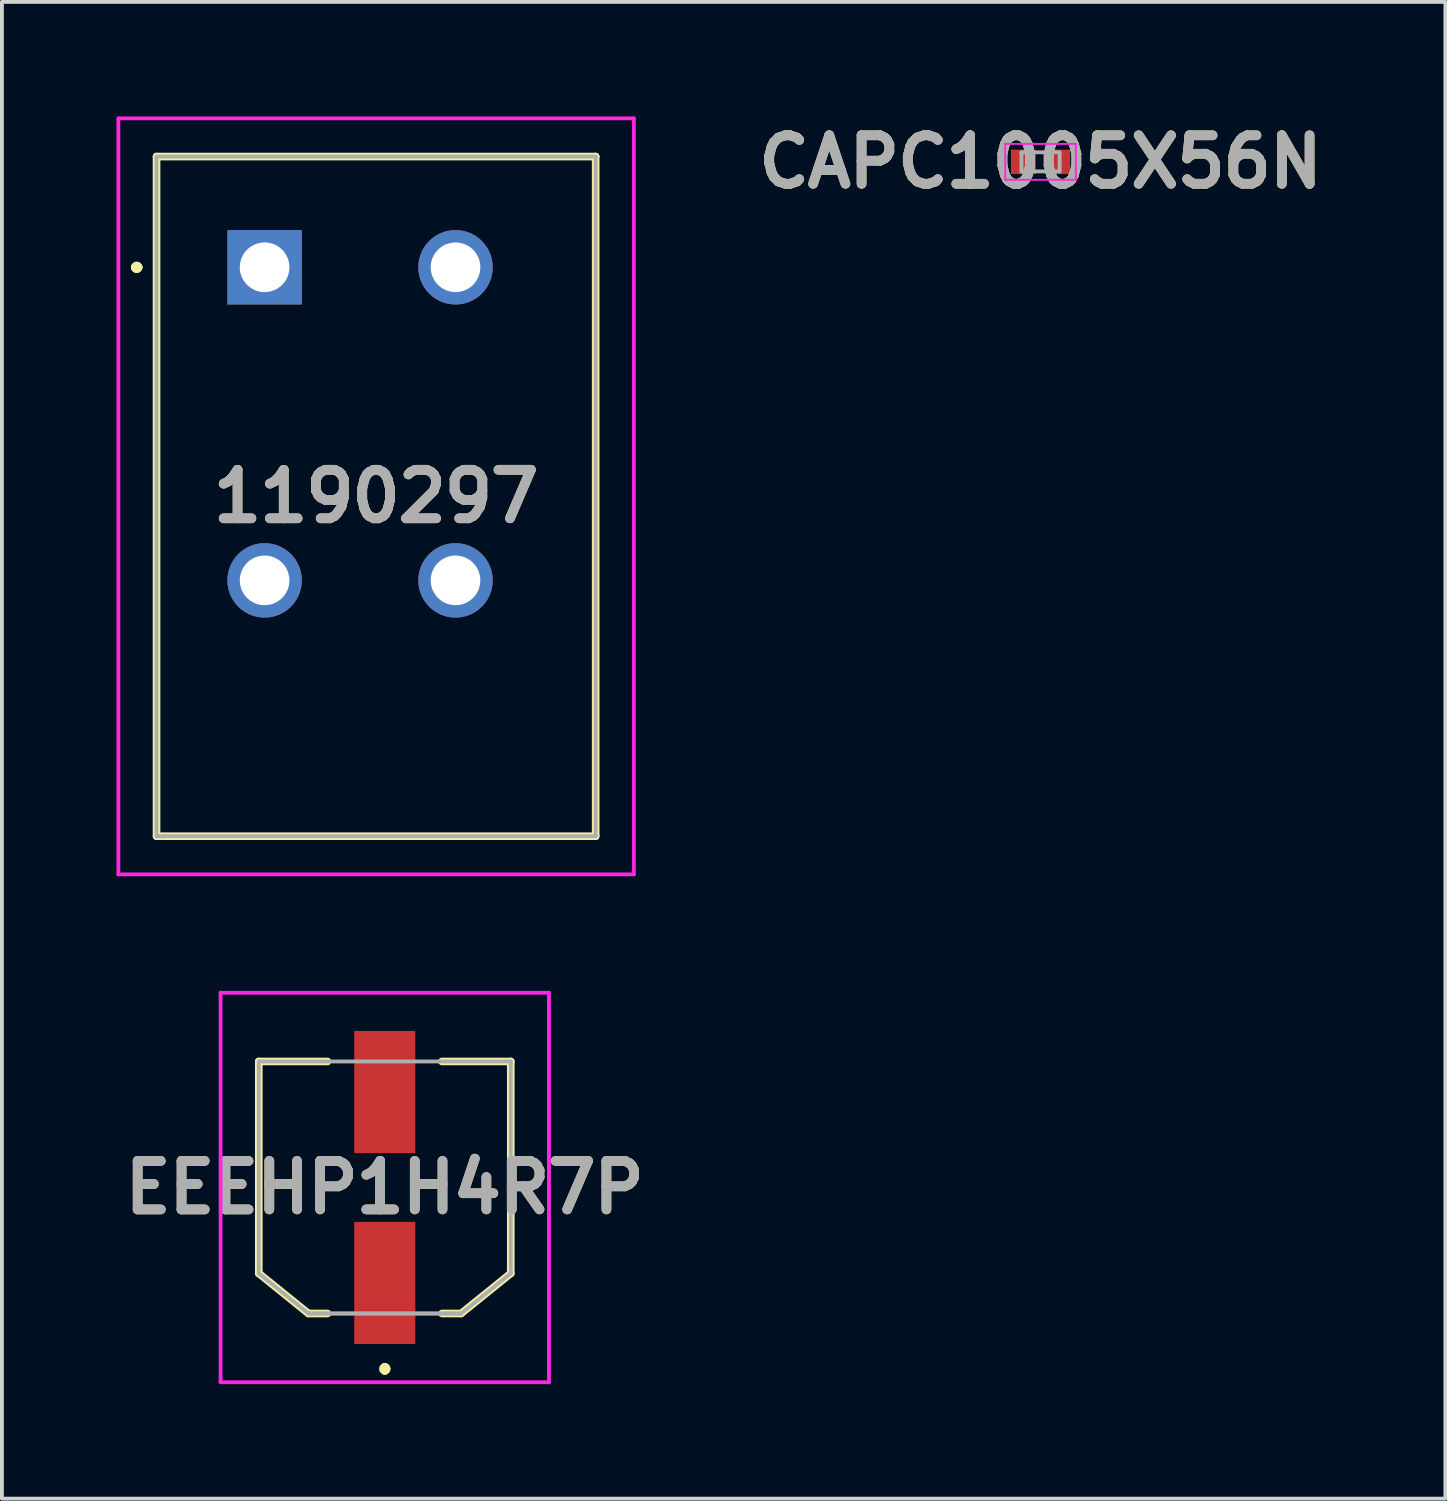
<source format=kicad_pcb>
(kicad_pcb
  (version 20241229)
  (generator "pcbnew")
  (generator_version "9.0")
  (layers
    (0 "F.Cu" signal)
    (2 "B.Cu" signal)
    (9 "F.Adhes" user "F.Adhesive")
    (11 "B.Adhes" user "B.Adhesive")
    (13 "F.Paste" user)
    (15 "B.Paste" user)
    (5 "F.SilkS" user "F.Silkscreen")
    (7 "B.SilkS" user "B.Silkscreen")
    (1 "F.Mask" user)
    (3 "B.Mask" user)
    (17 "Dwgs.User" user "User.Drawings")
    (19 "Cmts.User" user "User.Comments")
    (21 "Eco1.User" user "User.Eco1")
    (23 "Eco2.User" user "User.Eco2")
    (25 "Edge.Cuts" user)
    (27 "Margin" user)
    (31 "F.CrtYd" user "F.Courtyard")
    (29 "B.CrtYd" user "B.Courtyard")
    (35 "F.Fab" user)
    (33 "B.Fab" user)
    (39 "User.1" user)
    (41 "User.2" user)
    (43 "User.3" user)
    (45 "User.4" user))
  (footprint "CAPC1005X56N"
    (layer "F.Cu")
    (at 24.202 1.189)
    (property "Reference" "CAPC1005X56N" (at 0 0 0) (layer "F.SilkS") (effects (font (size 1.27 1.27) (thickness 0.254))))
    (attr smd)
    (fp_line (start -0.925 -0.47) (end 0.925 -0.47) (stroke (width 0.05) (type solid)) (layer "F.CrtYd"))
    (fp_line (start -0.925 0.47) (end -0.925 -0.47) (stroke (width 0.05) (type solid)) (layer "F.CrtYd"))
    (fp_line (start 0.925 -0.47) (end 0.925 0.47) (stroke (width 0.05) (type solid)) (layer "F.CrtYd"))
    (fp_line (start 0.925 0.47) (end -0.925 0.47) (stroke (width 0.05) (type solid)) (layer "F.CrtYd"))
    (fp_line (start -0.5 -0.25) (end 0.5 -0.25) (stroke (width 0.1) (type solid)) (layer "F.Fab"))
    (fp_line (start -0.5 0.25) (end -0.5 -0.25) (stroke (width 0.1) (type solid)) (layer "F.Fab"))
    (fp_line (start 0.5 -0.25) (end 0.5 0.25) (stroke (width 0.1) (type solid)) (layer "F.Fab"))
    (fp_line (start 0.5 0.25) (end -0.5 0.25) (stroke (width 0.1) (type solid)) (layer "F.Fab"))
    (fp_text user "${REFERENCE}" (at 0 0 0) (layer "F.Fab") (effects (font (size 1.27 1.27) (thickness 0.254))))
    (pad "1" smd rect (at -0.45 0 90) (size 0.64 0.65) (layers "F.Cu" "F.Mask" "F.Paste"))
    (pad "2" smd rect (at 0.45 0 90) (size 0.64 0.65) (layers "F.Cu" "F.Mask" "F.Paste")))
  (footprint "EEEHP1H4R7P"
    (layer "F.Cu")
    (at 7.027 28.05)
    (property "Reference" "EEEHP1H4R7P" (at 0 0 0) (layer "F.SilkS") (effects (font (size 1.27 1.27) (thickness 0.254))))
    (attr smd)
    (fp_line (start -3.3 -3.3) (end -1.5 -3.3) (stroke (width 0.2) (type solid)) (layer "F.SilkS"))
    (fp_line (start -3.3 2.25) (end -3.3 -3.3) (stroke (width 0.2) (type solid)) (layer "F.SilkS"))
    (fp_line (start -2 3.3) (end -3.3 2.25) (stroke (width 0.2) (type solid)) (layer "F.SilkS"))
    (fp_line (start -1.5 3.3) (end -2 3.3) (stroke (width 0.2) (type solid)) (layer "F.SilkS"))
    (fp_line (start 0 4.7) (end 0 4.7) (stroke (width 0.2) (type solid)) (layer "F.SilkS"))
    (fp_line (start 0 4.8) (end 0 4.8) (stroke (width 0.2) (type solid)) (layer "F.SilkS"))
    (fp_line (start 0 4.8) (end 0 4.8) (stroke (width 0.2) (type solid)) (layer "F.SilkS"))
    (fp_line (start 1.5 -3.3) (end 3.3 -3.3) (stroke (width 0.2) (type solid)) (layer "F.SilkS"))
    (fp_line (start 2 3.3) (end 1.5 3.3) (stroke (width 0.2) (type solid)) (layer "F.SilkS"))
    (fp_line (start 3.3 -3.3) (end 3.3 2.25) (stroke (width 0.2) (type solid)) (layer "F.SilkS"))
    (fp_line (start 3.3 2.25) (end 2 3.3) (stroke (width 0.2) (type solid)) (layer "F.SilkS"))
    (fp_arc (start 0 4.7) (mid 0.05 4.75) (end 0 4.8) (stroke (width 0.2) (type solid)) (layer "F.SilkS"))
    (fp_arc (start 0 4.7) (mid 0.05 4.75) (end 0 4.8) (stroke (width 0.2) (type solid)) (layer "F.SilkS"))
    (fp_arc (start 0 4.8) (mid -0.05 4.75) (end 0 4.7) (stroke (width 0.2) (type solid)) (layer "F.SilkS"))
    (fp_line (start -4.3 -5.1) (end 4.3 -5.1) (stroke (width 0.1) (type solid)) (layer "F.CrtYd"))
    (fp_line (start -4.3 5.1) (end -4.3 -5.1) (stroke (width 0.1) (type solid)) (layer "F.CrtYd"))
    (fp_line (start 4.3 -5.1) (end 4.3 5.1) (stroke (width 0.1) (type solid)) (layer "F.CrtYd"))
    (fp_line (start 4.3 5.1) (end -4.3 5.1) (stroke (width 0.1) (type solid)) (layer "F.CrtYd"))
    (fp_line (start -3.3 -3.3) (end -3.3 2.25) (stroke (width 0.1) (type solid)) (layer "F.Fab"))
    (fp_line (start -3.3 2.25) (end -2 3.3) (stroke (width 0.1) (type solid)) (layer "F.Fab"))
    (fp_line (start -2 3.3) (end -2 3.3) (stroke (width 0.1) (type solid)) (layer "F.Fab"))
    (fp_line (start -2 3.3) (end 2 3.3) (stroke (width 0.1) (type solid)) (layer "F.Fab"))
    (fp_line (start 2 3.3) (end -2 3.3) (stroke (width 0.1) (type solid)) (layer "F.Fab"))
    (fp_line (start 2 3.3) (end 2 3.3) (stroke (width 0.1) (type solid)) (layer "F.Fab"))
    (fp_line (start 2 3.3) (end 3.3 2.25) (stroke (width 0.1) (type solid)) (layer "F.Fab"))
    (fp_line (start 3.3 -3.3) (end -3.3 -3.3) (stroke (width 0.1) (type solid)) (layer "F.Fab"))
    (fp_line (start 3.3 2.25) (end 3.3 -3.3) (stroke (width 0.1) (type solid)) (layer "F.Fab"))
    (fp_text user "${REFERENCE}" (at 0 0 0) (layer "F.Fab") (effects (font (size 1.27 1.27) (thickness 0.254))))
    (pad "1" smd rect (at 0 2.5) (size 1.6 3.2) (layers "F.Cu" "F.Mask" "F.Paste"))
    (pad "2" smd rect (at 0 -2.5) (size 1.6 3.2) (layers "F.Cu" "F.Mask" "F.Paste")))
  (footprint "1190297"
    (layer "F.Cu")
    (at 3.88 3.95)
    (property "Reference" "1190297" (at 2.92 6 0) (layer "F.SilkS") (effects (font (size 1.27 1.27) (thickness 0.254))))
    (attr through_hole)
    (fp_line (start -3.4 0) (end -3.4 0) (stroke (width 0.2) (type solid)) (layer "F.SilkS"))
    (fp_line (start -3.4 0) (end -3.4 0) (stroke (width 0.2) (type solid)) (layer "F.SilkS"))
    (fp_line (start -3.3 0) (end -3.3 0) (stroke (width 0.2) (type solid)) (layer "F.SilkS"))
    (fp_line (start -2.83 -2.9) (end 8.67 -2.9) (stroke (width 0.2) (type solid)) (layer "F.SilkS"))
    (fp_line (start -2.83 14.9) (end -2.83 -2.9) (stroke (width 0.2) (type solid)) (layer "F.SilkS"))
    (fp_line (start 8.67 -2.9) (end 8.67 14.9) (stroke (width 0.2) (type solid)) (layer "F.SilkS"))
    (fp_line (start 8.67 14.9) (end -2.83 14.9) (stroke (width 0.2) (type solid)) (layer "F.SilkS"))
    (fp_arc (start -3.4 0) (mid -3.35 -0.05) (end -3.3 0) (stroke (width 0.2) (type solid)) (layer "F.SilkS"))
    (fp_arc (start -3.3 0) (mid -3.35 0.05) (end -3.4 0) (stroke (width 0.2) (type solid)) (layer "F.SilkS"))
    (fp_arc (start -3.3 0) (mid -3.35 0.05) (end -3.4 0) (stroke (width 0.2) (type solid)) (layer "F.SilkS"))
    (fp_line (start -3.83 -3.9) (end 9.67 -3.9) (stroke (width 0.1) (type solid)) (layer "F.CrtYd"))
    (fp_line (start -3.83 15.9) (end -3.83 -3.9) (stroke (width 0.1) (type solid)) (layer "F.CrtYd"))
    (fp_line (start 9.67 -3.9) (end 9.67 15.9) (stroke (width 0.1) (type solid)) (layer "F.CrtYd"))
    (fp_line (start 9.67 15.9) (end -3.83 15.9) (stroke (width 0.1) (type solid)) (layer "F.CrtYd"))
    (fp_line (start -2.83 -2.9) (end 8.67 -2.9) (stroke (width 0.1) (type solid)) (layer "F.Fab"))
    (fp_line (start -2.83 14.9) (end -2.83 -2.9) (stroke (width 0.1) (type solid)) (layer "F.Fab"))
    (fp_line (start 8.67 -2.9) (end 8.67 14.9) (stroke (width 0.1) (type solid)) (layer "F.Fab"))
    (fp_line (start 8.67 14.9) (end -2.83 14.9) (stroke (width 0.1) (type solid)) (layer "F.Fab"))
    (fp_text user "${REFERENCE}" (at 2.92 6 0) (layer "F.Fab") (effects (font (size 1.27 1.27) (thickness 0.254))))
    (pad "1" thru_hole rect (at 0 0) (size 1.95 1.95) (drill 1.3) (layers "*.Cu" "*.Mask"))
    (pad "2" thru_hole circle (at 0 8.2) (size 1.95 1.95) (drill 1.3) (layers "*.Cu" "*.Mask"))
    (pad "3" thru_hole circle (at 5 0) (size 1.95 1.95) (drill 1.3) (layers "*.Cu" "*.Mask"))
    (pad "4" thru_hole circle (at 5 8.2) (size 1.95 1.95) (drill 1.3) (layers "*.Cu" "*.Mask")))
  (gr_rect
    (start -3 -3)
    (end 34.804 36.2)
    (stroke (width 0.1) (type default))
    (fill no)
    (layer "Edge.Cuts")))
</source>
